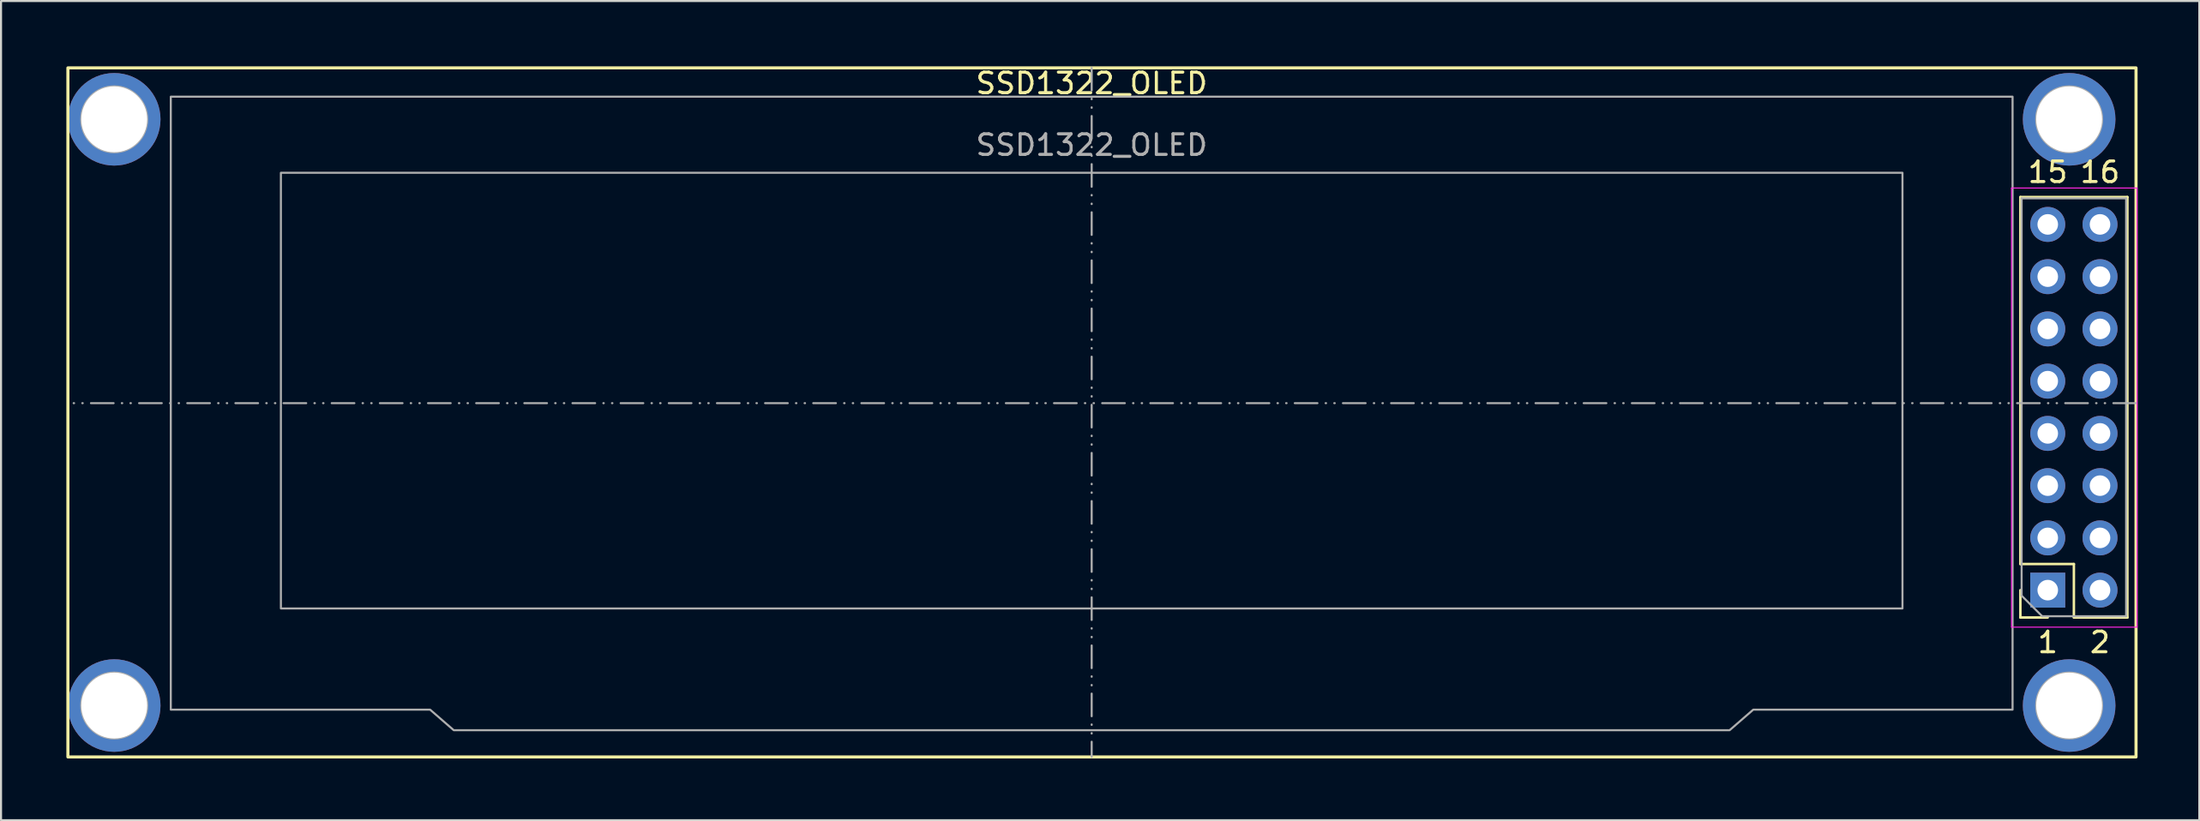
<source format=kicad_pcb>
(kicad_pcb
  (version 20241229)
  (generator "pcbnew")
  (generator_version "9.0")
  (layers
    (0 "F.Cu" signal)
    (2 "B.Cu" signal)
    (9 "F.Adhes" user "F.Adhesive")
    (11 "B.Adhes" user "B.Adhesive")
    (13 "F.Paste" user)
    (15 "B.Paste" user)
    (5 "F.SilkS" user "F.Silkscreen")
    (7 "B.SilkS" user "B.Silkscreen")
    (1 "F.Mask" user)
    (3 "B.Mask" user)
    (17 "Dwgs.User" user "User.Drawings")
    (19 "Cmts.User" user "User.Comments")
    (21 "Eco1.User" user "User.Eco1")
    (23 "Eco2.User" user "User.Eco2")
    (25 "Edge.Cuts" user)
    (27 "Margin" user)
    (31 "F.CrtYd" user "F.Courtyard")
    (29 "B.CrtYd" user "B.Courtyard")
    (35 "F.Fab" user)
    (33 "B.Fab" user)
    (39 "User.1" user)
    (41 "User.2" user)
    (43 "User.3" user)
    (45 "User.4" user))
  (footprint "SSD1322_OLED"
    (layer "F.Cu")
    (at 0.25 0.25)
    (property "Reference" "SSD1322_OLED" (at 49.75 0.75 0) (unlocked yes) (layer "F.SilkS") (effects (font (size 1 1) (thickness 0.15))))
    (attr through_hole)
    (fp_line (start 94.88 24.12) (end 94.88 6.28) (stroke (width 0.12) (type solid)) (layer "F.SilkS"))
    (fp_line (start 94.88 26.72) (end 94.88 25.39) (stroke (width 0.12) (type solid)) (layer "F.SilkS"))
    (fp_line (start 96.21 26.72) (end 94.88 26.72) (stroke (width 0.12) (type solid)) (layer "F.SilkS"))
    (fp_line (start 97.48 24.12) (end 94.88 24.12) (stroke (width 0.12) (type solid)) (layer "F.SilkS"))
    (fp_line (start 97.48 26.72) (end 97.48 24.12) (stroke (width 0.12) (type solid)) (layer "F.SilkS"))
    (fp_line (start 100.08 6.28) (end 94.88 6.28) (stroke (width 0.12) (type solid)) (layer "F.SilkS"))
    (fp_line (start 100.08 26.72) (end 97.48 26.72) (stroke (width 0.12) (type solid)) (layer "F.SilkS"))
    (fp_line (start 100.08 26.72) (end 100.08 6.28) (stroke (width 0.12) (type solid)) (layer "F.SilkS"))
    (fp_rect (start 0 0) (end 100.5 33.5) (stroke (width 0.15) (type default)) (fill no) (layer "F.SilkS"))
    (fp_line (start 94.45 5.84) (end 100.55 5.84) (stroke (width 0.05) (type solid)) (layer "F.CrtYd"))
    (fp_line (start 94.45 27.19) (end 94.45 5.84) (stroke (width 0.05) (type solid)) (layer "F.CrtYd"))
    (fp_line (start 100.55 5.84) (end 100.55 27.19) (stroke (width 0.05) (type solid)) (layer "F.CrtYd"))
    (fp_line (start 100.55 27.19) (end 94.45 27.19) (stroke (width 0.05) (type solid)) (layer "F.CrtYd"))
    (fp_line (start 49.75 0) (end 49.75 33.5) (stroke (width 0.1) (type dash_dot_dot)) (layer "F.Fab"))
    (fp_line (start 94.94 6.34) (end 100.02 6.34) (stroke (width 0.1) (type solid)) (layer "F.Fab"))
    (fp_line (start 94.94 25.66) (end 94.94 6.34) (stroke (width 0.1) (type solid)) (layer "F.Fab"))
    (fp_line (start 95.94 26.66) (end 94.94 25.66) (stroke (width 0.1) (type solid)) (layer "F.Fab"))
    (fp_line (start 100.02 6.34) (end 100.02 26.66) (stroke (width 0.1) (type solid)) (layer "F.Fab"))
    (fp_line (start 100.02 26.66) (end 95.94 26.66) (stroke (width 0.1) (type solid)) (layer "F.Fab"))
    (fp_line (start 100.5 16.3) (end 0 16.3) (stroke (width 0.1) (type dash_dot_dot)) (layer "F.Fab"))
    (fp_rect (start 10.35 5.1) (end 89.15 26.28) (stroke (width 0.1) (type solid)) (fill no) (layer "F.Fab"))
    (fp_circle (center 2.25 2.5) (end 3.85 2.5) (stroke (width 0.1) (type default)) (fill no) (layer "F.Fab"))
    (fp_circle (center 2.25 31) (end 3.85 31) (stroke (width 0.1) (type default)) (fill no) (layer "F.Fab"))
    (fp_circle (center 97.25 2.5) (end 98.85 2.5) (stroke (width 0.1) (type default)) (fill no) (layer "F.Fab"))
    (fp_circle (center 97.25 31) (end 98.85 31) (stroke (width 0.1) (type default)) (fill no) (layer "F.Fab"))
    (fp_poly (pts (xy 5 1.4) (xy 5 31.2) (xy 17.6 31.2) (xy 18.75 32.2) (xy 80.75 32.2) (xy 81.9 31.2) (xy 94.5 31.2) (xy 94.5 1.4)) (stroke (width 0.1) (type solid)) (fill no) (layer "F.Fab"))
    (fp_text user "1" (at 96.21 27.93 0) (unlocked yes) (layer "F.SilkS") (effects (font (size 1 1) (thickness 0.15))))
    (fp_text user "16" (at 98.75 5.07 0) (unlocked yes) (layer "F.SilkS") (effects (font (size 1 1) (thickness 0.15))))
    (fp_text user "2" (at 98.75 27.93 0) (unlocked yes) (layer "F.SilkS") (effects (font (size 1 1) (thickness 0.15))))
    (fp_text user "15" (at 96.21 5.07 0) (unlocked yes) (layer "F.SilkS") (effects (font (size 1 1) (thickness 0.15))))
    (fp_text user "${REFERENCE}" (at 49.75 3.75 0) (unlocked yes) (layer "F.Fab") (effects (font (size 1 1) (thickness 0.15))))
    (pad "" np_thru_hole circle (at 2.25 2.5) (size 4.5 4.5) (drill 3.2) (layers "*.Cu" "*.Mask"))
    (pad "" np_thru_hole circle (at 2.25 31) (size 4.5 4.5) (drill 3.2) (layers "*.Cu" "*.Mask"))
    (pad "" np_thru_hole circle (at 97.25 2.5) (size 4.5 4.5) (drill 3.2) (layers "*.Cu" "*.Mask"))
    (pad "" np_thru_hole circle (at 97.25 31) (size 4.5 4.5) (drill 3.2) (layers "*.Cu" "*.Mask"))
    (pad "1" thru_hole rect (at 96.21 25.39 180) (size 1.7 1.7) (drill 1) (layers "*.Cu" "*.Mask"))
    (pad "2" thru_hole oval (at 98.75 25.39 180) (size 1.7 1.7) (drill 1) (layers "*.Cu" "*.Mask"))
    (pad "3" thru_hole oval (at 96.21 22.85 180) (size 1.7 1.7) (drill 1) (layers "*.Cu" "*.Mask"))
    (pad "4" thru_hole oval (at 98.75 22.85 180) (size 1.7 1.7) (drill 1) (layers "*.Cu" "*.Mask"))
    (pad "5" thru_hole oval (at 96.21 20.31 180) (size 1.7 1.7) (drill 1) (layers "*.Cu" "*.Mask"))
    (pad "6" thru_hole oval (at 98.75 20.31 180) (size 1.7 1.7) (drill 1) (layers "*.Cu" "*.Mask"))
    (pad "7" thru_hole oval (at 96.21 17.77 180) (size 1.7 1.7) (drill 1) (layers "*.Cu" "*.Mask"))
    (pad "8" thru_hole oval (at 98.75 17.77 180) (size 1.7 1.7) (drill 1) (layers "*.Cu" "*.Mask"))
    (pad "9" thru_hole oval (at 96.21 15.23 180) (size 1.7 1.7) (drill 1) (layers "*.Cu" "*.Mask"))
    (pad "10" thru_hole oval (at 98.75 15.23 180) (size 1.7 1.7) (drill 1) (layers "*.Cu" "*.Mask"))
    (pad "11" thru_hole oval (at 96.21 12.69 180) (size 1.7 1.7) (drill 1) (layers "*.Cu" "*.Mask"))
    (pad "12" thru_hole oval (at 98.75 12.69 180) (size 1.7 1.7) (drill 1) (layers "*.Cu" "*.Mask"))
    (pad "13" thru_hole oval (at 96.21 10.15 180) (size 1.7 1.7) (drill 1) (layers "*.Cu" "*.Mask"))
    (pad "14" thru_hole oval (at 98.75 10.15 180) (size 1.7 1.7) (drill 1) (layers "*.Cu" "*.Mask"))
    (pad "15" thru_hole oval (at 96.21 7.61 180) (size 1.7 1.7) (drill 1) (layers "*.Cu" "*.Mask"))
    (pad "16" thru_hole oval (at 98.75 7.61 180) (size 1.7 1.7) (drill 1) (layers "*.Cu" "*.Mask")))
  (gr_rect
    (start -3 -3)
    (end 103.825 36.825)
    (stroke (width 0.1) (type default))
    (fill no)
    (layer "Edge.Cuts")))
</source>
